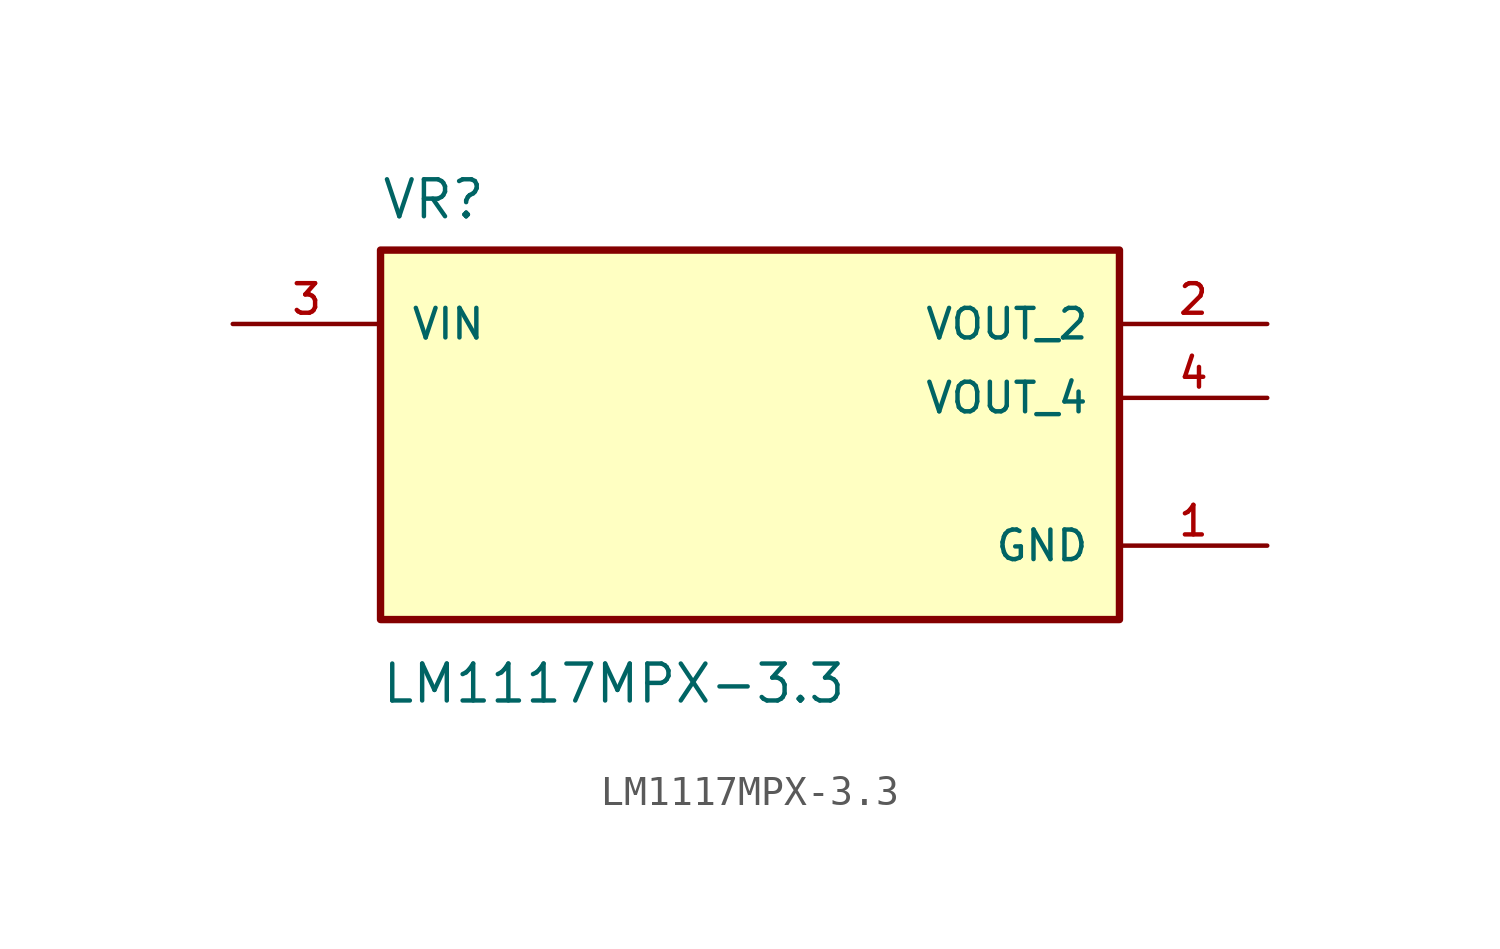
<source format=kicad_sym>
(kicad_symbol_lib
  (version 20211014)
  (generator kicad_symbol_editor)
  (symbol "LM1117MPX-3.3"
    (pin_names
      (offset 1.016))
    (property "Reference" "VR"
      (at -12.7 6.08 0.0)
      (effects (font (size 1.27 1.27)) (justify bottom left)))
    (property "Value" "LM1117MPX-3.3"
      (at -12.7 -9.08 0.0)
      (effects (font (size 1.27 1.27)) (justify top left)))
    (symbol "LM1117MPX-3.3_0_0"
      (rectangle (start -12.7 -7.62) (end 12.7 5.08) (stroke (width 0.254)) (fill (type background)))
      (pin power_in line (at -17.78 2.54 0) (length 5.08) (name "VIN" (effects (font (size 1.016 1.016)))) (number "3" (effects (font (size 1.016 1.016)))))
      (pin power_in line (at 17.78 2.54 180.0) (length 5.08) (name "VOUT_2" (effects (font (size 1.016 1.016)))) (number "2" (effects (font (size 1.016 1.016)))))
      (pin power_in line (at 17.78 -5.08 180.0) (length 5.08) (name "GND" (effects (font (size 1.016 1.016)))) (number "1" (effects (font (size 1.016 1.016)))))
      (pin power_in line (at 17.78 0.0 180.0) (length 5.08) (name "VOUT_4" (effects (font (size 1.016 1.016)))) (number "4" (effects (font (size 1.016 1.016))))))))
</source>
